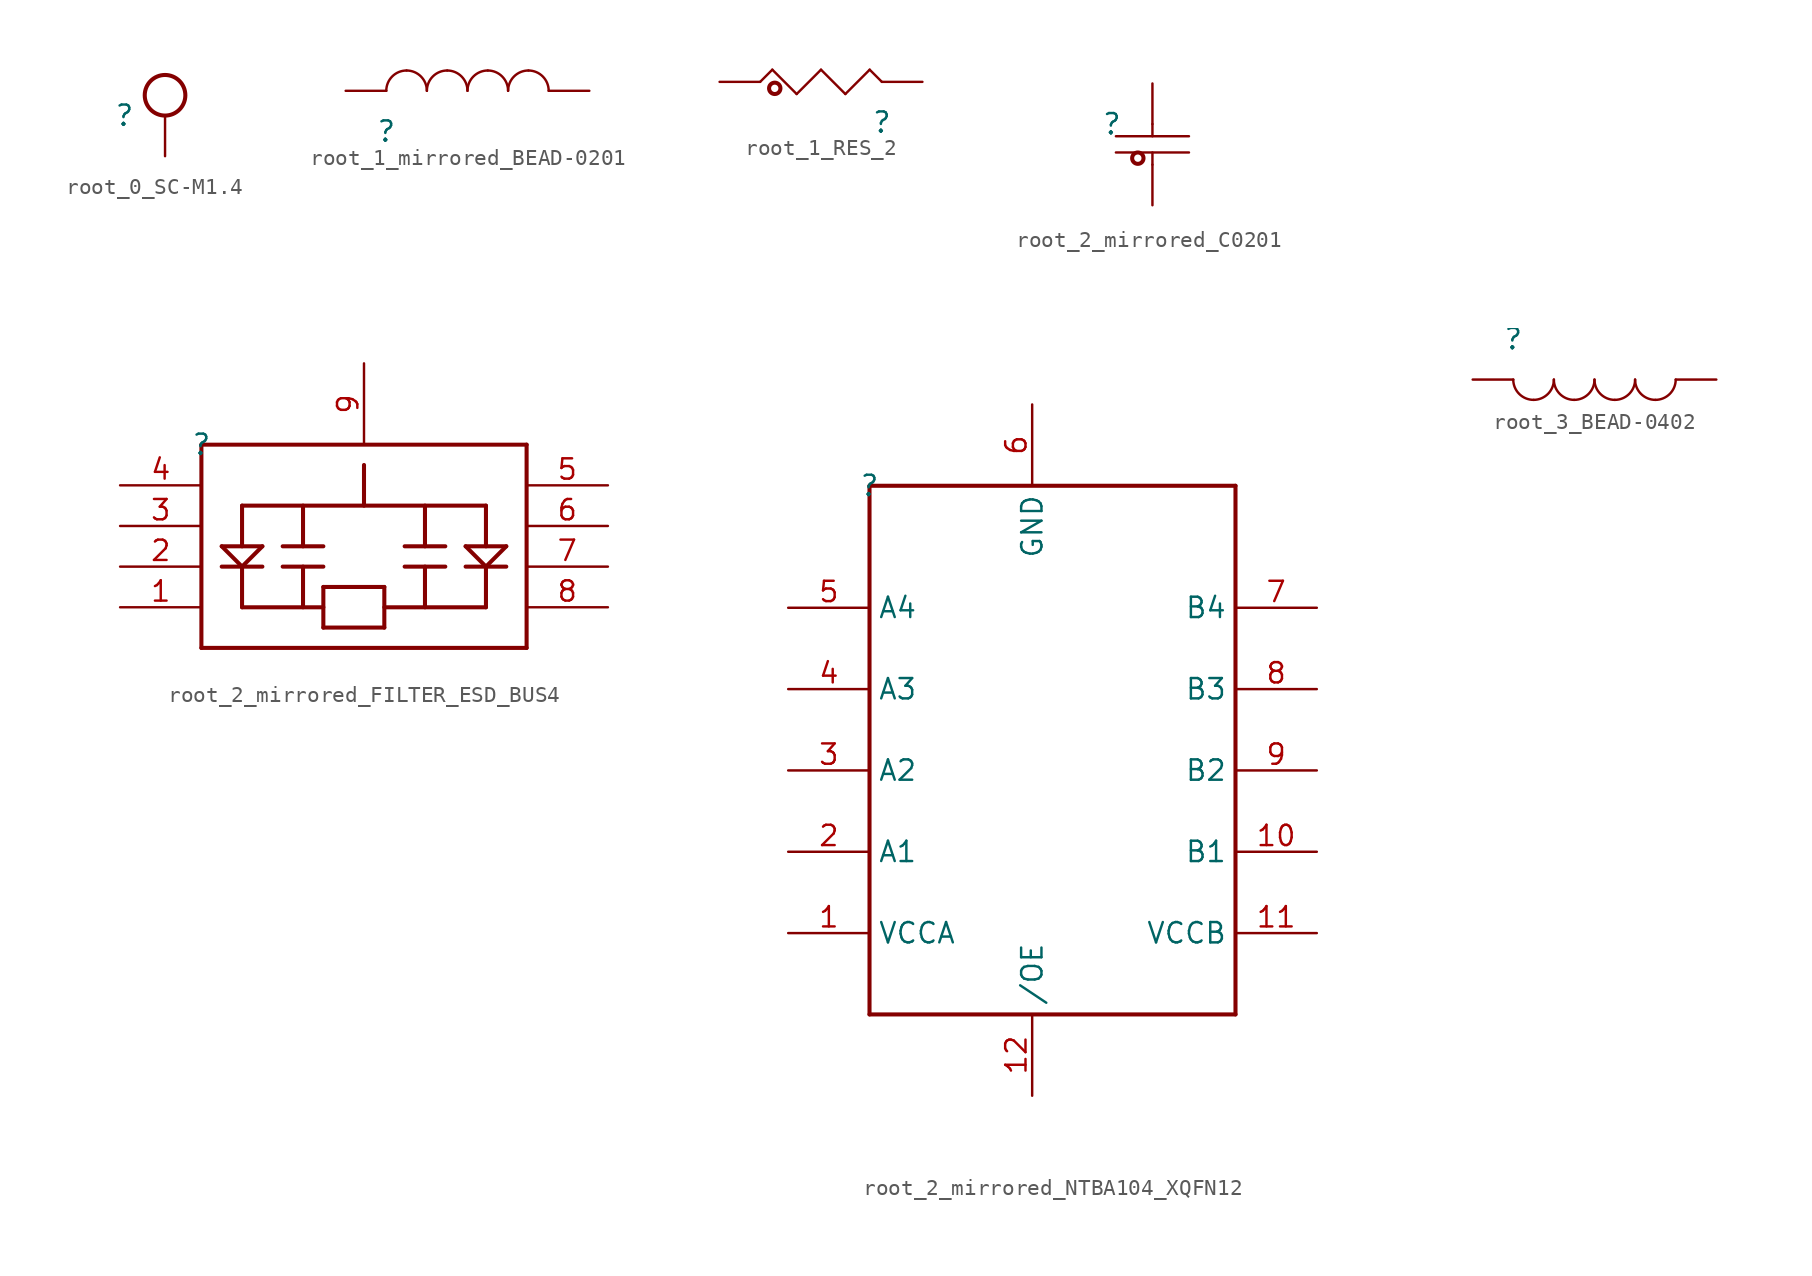
<source format=kicad_sym>
(kicad_symbol_lib
  (version 20220914)
  (generator kicad_symbol_editor)
  (symbol "root_0_SC-M1.4"
    (property "Reference" ""
      (at 0 0 0)
      (effects (font (size 1.27 1.27))))
    (property "Value" ""
      (at 0 0 0)
      (effects (font (size 1.27 1.27))))
    (symbol "root_0_SC-M1.4_1_0"
      (circle (center 2.54 1.27) (radius 1.27) (stroke (width 0.254) (type solid)) (fill (type none)))
      (pin passive line (at 2.54 -2.54 90) (length 2.54) (name "PIN1" (effects (font (size 0 0)))) (number "1" (effects (font (size 0 0)))))))
  (symbol "root_1_mirrored_BEAD-0201"
    (property "Reference" ""
      (at 0 0 0)
      (effects (font (size 1.27 1.27))))
    (property "Value" ""
      (at 0 0 0)
      (effects (font (size 1.27 1.27))))
    (symbol "root_1_mirrored_BEAD-0201_1_0"
      (arc (start 1.27 3.81) (mid 0.372 3.438) (end 0 2.54) (stroke (width 0) (type solid)) (fill (type none)))
      (arc (start 2.54 2.54) (mid 2.168 3.438) (end 1.27 3.81) (stroke (width 0) (type solid)) (fill (type none)))
      (arc (start 3.81 3.81) (mid 2.912 3.438) (end 2.54 2.54) (stroke (width 0) (type solid)) (fill (type none)))
      (arc (start 5.08 2.54) (mid 4.708 3.438) (end 3.81 3.81) (stroke (width 0) (type solid)) (fill (type none)))
      (arc (start 6.35 3.81) (mid 5.452 3.438) (end 5.08 2.54) (stroke (width 0) (type solid)) (fill (type none)))
      (arc (start 7.62 2.54) (mid 7.248 3.438) (end 6.35 3.81) (stroke (width 0) (type solid)) (fill (type none)))
      (arc (start 8.89 3.81) (mid 7.992 3.438) (end 7.62 2.54) (stroke (width 0) (type solid)) (fill (type none)))
      (arc (start 10.16 2.54) (mid 9.788 3.438) (end 8.89 3.81) (stroke (width 0) (type solid)) (fill (type none)))
      (pin passive line (at 12.7 2.54 180) (length 2.54) (name "1" (effects (font (size 0 0)))) (number "1" (effects (font (size 0 0)))))
      (pin passive line (at -2.54 2.54 0) (length 2.54) (name "2" (effects (font (size 0 0)))) (number "2" (effects (font (size 0 0)))))))
  (symbol "root_1_RES_2"
    (property "Reference" ""
      (at 0 0 0)
      (effects (font (size 1.27 1.27))))
    (property "Value" ""
      (at 0 0 0)
      (effects (font (size 1.27 1.27))))
    (symbol "root_1_RES_2_1_0"
      (circle (center -6.706 2.134) (radius 0.356) (stroke (width 0.254) (type solid)) (fill (type none)))
      (polyline (pts (xy -7.62 2.54) (xy -6.858 3.302)) (stroke (width 0) (type solid)) (fill (type none)))
      (polyline (pts (xy -6.858 3.302) (xy -5.334 1.778)) (stroke (width 0) (type solid)) (fill (type none)))
      (polyline (pts (xy -5.334 1.778) (xy -3.81 3.302)) (stroke (width 0) (type solid)) (fill (type none)))
      (polyline (pts (xy -3.81 3.302) (xy -2.286 1.778)) (stroke (width 0) (type solid)) (fill (type none)))
      (polyline (pts (xy -2.286 1.778) (xy -0.762 3.302)) (stroke (width 0) (type solid)) (fill (type none)))
      (polyline (pts (xy -0.762 3.302) (xy 0 2.54)) (stroke (width 0) (type solid)) (fill (type none)))
      (pin passive line (at -10.16 2.54 0) (length 2.54) (name "1" (effects (font (size 0 0)))) (number "1" (effects (font (size 0 0)))))
      (pin passive line (at 2.54 2.54 180) (length 2.54) (name "2" (effects (font (size 0 0)))) (number "2" (effects (font (size 0 0)))))))
  (symbol "root_2_mirrored_C0201"
    (property "Reference" ""
      (at 0 0 0)
      (effects (font (size 1.27 1.27))))
    (property "Value" ""
      (at 0 0 0)
      (effects (font (size 1.27 1.27))))
    (symbol "root_2_mirrored_C0201_1_0"
      (polyline (pts (xy 0.254 -1.778) (xy 4.826 -1.778)) (stroke (width 0) (type solid)) (fill (type none)))
      (polyline (pts (xy 0.254 -0.762) (xy 4.826 -0.762)) (stroke (width 0) (type solid)) (fill (type none)))
      (polyline (pts (xy 2.54 -2.54) (xy 2.54 -1.778)) (stroke (width 0) (type solid)) (fill (type none)))
      (polyline (pts (xy 2.54 0) (xy 2.54 -0.762)) (stroke (width 0) (type solid)) (fill (type none)))
      (circle (center 1.626 -2.134) (radius 0.356) (stroke (width 0.254) (type solid)) (fill (type none)))
      (pin passive line (at 2.54 -5.08 90) (length 2.54) (name "1" (effects (font (size 0 0)))) (number "1" (effects (font (size 0 0)))))
      (pin passive line (at 2.54 2.54 270) (length 2.54) (name "2" (effects (font (size 0 0)))) (number "2" (effects (font (size 0 0)))))))
  (symbol "root_2_mirrored_FILTER_ESD_BUS4"
    (property "Reference" ""
      (at 0 0 0)
      (effects (font (size 1.27 1.27))))
    (property "Value" ""
      (at 0 0 0)
      (effects (font (size 1.27 1.27))))
    (symbol "root_2_mirrored_FILTER_ESD_BUS4_1_0"
      (polyline (pts (xy 0 -12.7) (xy 0 0)) (stroke (width 0.254) (type solid)) (fill (type none)))
      (polyline (pts (xy 0 0) (xy 20.32 0)) (stroke (width 0.254) (type solid)) (fill (type none)))
      (polyline (pts (xy 1.27 -6.35) (xy 3.81 -6.35)) (stroke (width 0.254) (type solid)) (fill (type none)))
      (polyline (pts (xy 2.54 -10.16) (xy 7.62 -10.16)) (stroke (width 0.254) (type solid)) (fill (type none)))
      (polyline (pts (xy 2.54 -7.62) (xy 1.27 -6.35)) (stroke (width 0.254) (type solid)) (fill (type none)))
      (polyline (pts (xy 2.54 -7.62) (xy 2.54 -10.16)) (stroke (width 0.254) (type solid)) (fill (type none)))
      (polyline (pts (xy 2.54 -6.35) (xy 2.54 -3.81)) (stroke (width 0.254) (type solid)) (fill (type none)))
      (polyline (pts (xy 2.54 -3.81) (xy 17.78 -3.81)) (stroke (width 0.254) (type solid)) (fill (type none)))
      (polyline (pts (xy 3.81 -7.62) (xy 1.27 -7.62)) (stroke (width 0.254) (type solid)) (fill (type none)))
      (polyline (pts (xy 3.81 -6.35) (xy 2.54 -7.62)) (stroke (width 0.254) (type solid)) (fill (type none)))
      (polyline (pts (xy 5.08 -7.62) (xy 7.62 -7.62)) (stroke (width 0.254) (type solid)) (fill (type none)))
      (polyline (pts (xy 5.08 -6.35) (xy 7.62 -6.35)) (stroke (width 0.254) (type solid)) (fill (type none)))
      (polyline (pts (xy 6.35 -7.62) (xy 6.35 -10.16)) (stroke (width 0.254) (type solid)) (fill (type none)))
      (polyline (pts (xy 6.35 -6.35) (xy 6.35 -3.81)) (stroke (width 0.254) (type solid)) (fill (type none)))
      (polyline (pts (xy 7.62 -11.43) (xy 7.62 -8.89)) (stroke (width 0.254) (type solid)) (fill (type none)))
      (polyline (pts (xy 7.62 -8.89) (xy 11.43 -8.89)) (stroke (width 0.254) (type solid)) (fill (type none)))
      (polyline (pts (xy 10.16 -3.81) (xy 10.16 -1.27)) (stroke (width 0.254) (type solid)) (fill (type none)))
      (polyline (pts (xy 11.43 -11.43) (xy 7.62 -11.43)) (stroke (width 0.254) (type solid)) (fill (type none)))
      (polyline (pts (xy 11.43 -10.16) (xy 17.78 -10.16)) (stroke (width 0.254) (type solid)) (fill (type none)))
      (polyline (pts (xy 11.43 -8.89) (xy 11.43 -11.43)) (stroke (width 0.254) (type solid)) (fill (type none)))
      (polyline (pts (xy 12.7 -7.62) (xy 15.24 -7.62)) (stroke (width 0.254) (type solid)) (fill (type none)))
      (polyline (pts (xy 12.7 -6.35) (xy 15.24 -6.35)) (stroke (width 0.254) (type solid)) (fill (type none)))
      (polyline (pts (xy 13.97 -7.62) (xy 13.97 -10.16)) (stroke (width 0.254) (type solid)) (fill (type none)))
      (polyline (pts (xy 13.97 -6.35) (xy 13.97 -3.81)) (stroke (width 0.254) (type solid)) (fill (type none)))
      (polyline (pts (xy 16.51 -7.62) (xy 19.05 -7.62)) (stroke (width 0.254) (type solid)) (fill (type none)))
      (polyline (pts (xy 16.51 -6.35) (xy 19.05 -6.35)) (stroke (width 0.254) (type solid)) (fill (type none)))
      (polyline (pts (xy 17.78 -10.16) (xy 17.78 -7.62)) (stroke (width 0.254) (type solid)) (fill (type none)))
      (polyline (pts (xy 17.78 -7.62) (xy 16.51 -6.35)) (stroke (width 0.254) (type solid)) (fill (type none)))
      (polyline (pts (xy 17.78 -3.81) (xy 17.78 -6.35)) (stroke (width 0.254) (type solid)) (fill (type none)))
      (polyline (pts (xy 19.05 -6.35) (xy 17.78 -7.62)) (stroke (width 0.254) (type solid)) (fill (type none)))
      (polyline (pts (xy 20.32 -12.7) (xy 0 -12.7)) (stroke (width 0.254) (type solid)) (fill (type none)))
      (polyline (pts (xy 20.32 0) (xy 20.32 -12.7)) (stroke (width 0.254) (type solid)) (fill (type none)))
      (pin passive line (at -5.08 -10.16 0) (length 5.08) (name "1" (effects (font (size 0 0)))) (number "1" (effects (font (size 1.27 1.27)))))
      (pin passive line (at -5.08 -7.62 0) (length 5.08) (name "2" (effects (font (size 0 0)))) (number "2" (effects (font (size 1.27 1.27)))))
      (pin passive line (at -5.08 -5.08 0) (length 5.08) (name "3" (effects (font (size 0 0)))) (number "3" (effects (font (size 1.27 1.27)))))
      (pin passive line (at -5.08 -2.54 0) (length 5.08) (name "4" (effects (font (size 0 0)))) (number "4" (effects (font (size 1.27 1.27)))))
      (pin passive line (at 25.4 -2.54 180) (length 5.08) (name "5" (effects (font (size 0 0)))) (number "5" (effects (font (size 1.27 1.27)))))
      (pin passive line (at 25.4 -5.08 180) (length 5.08) (name "6" (effects (font (size 0 0)))) (number "6" (effects (font (size 1.27 1.27)))))
      (pin passive line (at 25.4 -7.62 180) (length 5.08) (name "7" (effects (font (size 0 0)))) (number "7" (effects (font (size 1.27 1.27)))))
      (pin passive line (at 25.4 -10.16 180) (length 5.08) (name "8" (effects (font (size 0 0)))) (number "8" (effects (font (size 1.27 1.27)))))
      (pin passive line (at 10.16 5.08 270) (length 5.08) (name "9" (effects (font (size 0 0)))) (number "9" (effects (font (size 1.27 1.27)))))))
  (symbol "root_2_mirrored_NTBA104_XQFN12"
    (property "Reference" ""
      (at 0 0 0)
      (effects (font (size 1.27 1.27))))
    (property "Value" ""
      (at 0 0 0)
      (effects (font (size 1.27 1.27))))
    (symbol "root_2_mirrored_NTBA104_XQFN12_1_0"
      (polyline (pts (xy 0 -33.02) (xy 22.86 -33.02)) (stroke (width 0.254) (type solid)) (fill (type none)))
      (polyline (pts (xy 0 0) (xy 0 -33.02)) (stroke (width 0.254) (type solid)) (fill (type none)))
      (polyline (pts (xy 22.86 -33.02) (xy 22.86 0)) (stroke (width 0.254) (type solid)) (fill (type none)))
      (polyline (pts (xy 22.86 0) (xy 0 0)) (stroke (width 0.254) (type solid)) (fill (type none)))
      (pin passive line (at -5.08 -27.94 0) (length 5.08) (name "VCCA" (effects (font (size 1.27 1.27)))) (number "1" (effects (font (size 1.27 1.27)))))
      (pin passive line (at 27.94 -22.86 180) (length 5.08) (name "B1" (effects (font (size 1.27 1.27)))) (number "10" (effects (font (size 1.27 1.27)))))
      (pin passive line (at 27.94 -27.94 180) (length 5.08) (name "VCCB" (effects (font (size 1.27 1.27)))) (number "11" (effects (font (size 1.27 1.27)))))
      (pin passive line (at 10.16 -38.1 90) (length 5.08) (name "/OE" (effects (font (size 1.27 1.27)))) (number "12" (effects (font (size 1.27 1.27)))))
      (pin passive line (at -5.08 -22.86 0) (length 5.08) (name "A1" (effects (font (size 1.27 1.27)))) (number "2" (effects (font (size 1.27 1.27)))))
      (pin passive line (at -5.08 -17.78 0) (length 5.08) (name "A2" (effects (font (size 1.27 1.27)))) (number "3" (effects (font (size 1.27 1.27)))))
      (pin passive line (at -5.08 -12.7 0) (length 5.08) (name "A3" (effects (font (size 1.27 1.27)))) (number "4" (effects (font (size 1.27 1.27)))))
      (pin passive line (at -5.08 -7.62 0) (length 5.08) (name "A4" (effects (font (size 1.27 1.27)))) (number "5" (effects (font (size 1.27 1.27)))))
      (pin passive line (at 10.16 5.08 270) (length 5.08) (name "GND" (effects (font (size 1.27 1.27)))) (number "6" (effects (font (size 1.27 1.27)))))
      (pin passive line (at 27.94 -7.62 180) (length 5.08) (name "B4" (effects (font (size 1.27 1.27)))) (number "7" (effects (font (size 1.27 1.27)))))
      (pin passive line (at 27.94 -12.7 180) (length 5.08) (name "B3" (effects (font (size 1.27 1.27)))) (number "8" (effects (font (size 1.27 1.27)))))
      (pin passive line (at 27.94 -17.78 180) (length 5.08) (name "B2" (effects (font (size 1.27 1.27)))) (number "9" (effects (font (size 1.27 1.27)))))))
  (symbol "root_3_BEAD-0402"
    (property "Reference" ""
      (at 0 0 0)
      (effects (font (size 1.27 1.27))))
    (property "Value" ""
      (at 0 0 0)
      (effects (font (size 1.27 1.27))))
    (symbol "root_3_BEAD-0402_1_0"
      (arc (start 0 -2.54) (mid 0.372 -3.438) (end 1.27 -3.81) (stroke (width 0) (type solid)) (fill (type none)))
      (arc (start 1.27 -3.81) (mid 2.168 -3.438) (end 2.54 -2.54) (stroke (width 0) (type solid)) (fill (type none)))
      (arc (start 2.54 -2.54) (mid 2.912 -3.438) (end 3.81 -3.81) (stroke (width 0) (type solid)) (fill (type none)))
      (arc (start 3.81 -3.81) (mid 4.708 -3.438) (end 5.08 -2.54) (stroke (width 0) (type solid)) (fill (type none)))
      (arc (start 5.08 -2.54) (mid 5.452 -3.438) (end 6.35 -3.81) (stroke (width 0) (type solid)) (fill (type none)))
      (arc (start 6.35 -3.81) (mid 7.248 -3.438) (end 7.62 -2.54) (stroke (width 0) (type solid)) (fill (type none)))
      (arc (start 7.62 -2.54) (mid 7.992 -3.438) (end 8.89 -3.81) (stroke (width 0) (type solid)) (fill (type none)))
      (arc (start 8.89 -3.81) (mid 9.788 -3.438) (end 10.16 -2.54) (stroke (width 0) (type solid)) (fill (type none)))
      (pin passive line (at 12.7 -2.54 180) (length 2.54) (name "1" (effects (font (size 0 0)))) (number "1" (effects (font (size 0 0)))))
      (pin passive line (at -2.54 -2.54 0) (length 2.54) (name "2" (effects (font (size 0 0)))) (number "2" (effects (font (size 0 0))))))))
</source>
